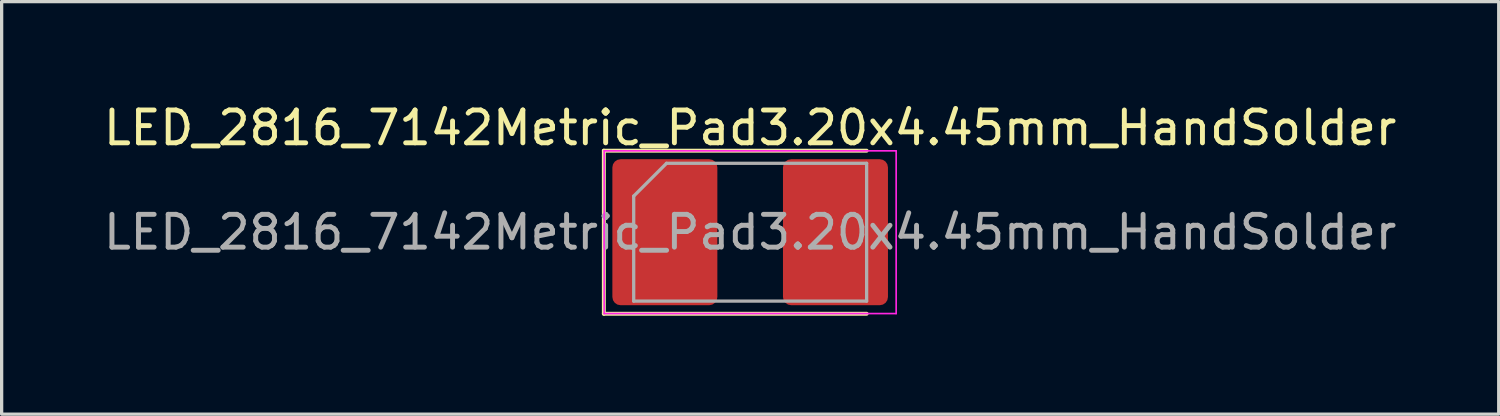
<source format=kicad_pcb>
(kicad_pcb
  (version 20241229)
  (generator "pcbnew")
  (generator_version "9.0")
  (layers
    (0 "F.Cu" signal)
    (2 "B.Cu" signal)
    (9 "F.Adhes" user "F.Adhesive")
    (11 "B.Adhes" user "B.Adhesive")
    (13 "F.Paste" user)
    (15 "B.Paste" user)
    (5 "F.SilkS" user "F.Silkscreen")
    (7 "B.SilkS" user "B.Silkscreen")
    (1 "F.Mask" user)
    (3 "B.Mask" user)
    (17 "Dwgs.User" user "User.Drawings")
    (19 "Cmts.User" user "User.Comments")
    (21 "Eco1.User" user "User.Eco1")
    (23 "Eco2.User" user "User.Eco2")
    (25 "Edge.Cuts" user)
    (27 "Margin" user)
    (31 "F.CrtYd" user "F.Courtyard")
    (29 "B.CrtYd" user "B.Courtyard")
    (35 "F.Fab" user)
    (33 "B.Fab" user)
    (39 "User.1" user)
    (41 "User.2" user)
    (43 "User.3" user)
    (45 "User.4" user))
  (footprint "LED_2816_7142Metric_Pad3.20x4.45mm_HandSolder"
    (layer "F.Cu")
    (at 19.815 4.028)
    (property "Reference" "LED_2816_7142Metric_Pad3.20x4.45mm_HandSolder" (at 0 -3.18 0) (layer "F.SilkS") (effects (font (size 1 1) (thickness 0.15))))
    (attr smd)
    (fp_line (start -4.46 -2.485) (end -4.46 2.485) (stroke (width 0.12) (type solid)) (layer "F.SilkS"))
    (fp_line (start -4.46 2.485) (end 3.55 2.485) (stroke (width 0.12) (type solid)) (layer "F.SilkS"))
    (fp_line (start 3.55 -2.485) (end -4.46 -2.485) (stroke (width 0.12) (type solid)) (layer "F.SilkS"))
    (fp_line (start -4.45 -2.48) (end 4.45 -2.48) (stroke (width 0.05) (type solid)) (layer "F.CrtYd"))
    (fp_line (start -4.45 2.48) (end -4.45 -2.48) (stroke (width 0.05) (type solid)) (layer "F.CrtYd"))
    (fp_line (start 4.45 -2.48) (end 4.45 2.48) (stroke (width 0.05) (type solid)) (layer "F.CrtYd"))
    (fp_line (start 4.45 2.48) (end -4.45 2.48) (stroke (width 0.05) (type solid)) (layer "F.CrtYd"))
    (fp_line (start -3.55 -1.1) (end -3.55 2.1) (stroke (width 0.1) (type solid)) (layer "F.Fab"))
    (fp_line (start -3.55 2.1) (end 3.55 2.1) (stroke (width 0.1) (type solid)) (layer "F.Fab"))
    (fp_line (start -2.55 -2.1) (end -3.55 -1.1) (stroke (width 0.1) (type solid)) (layer "F.Fab"))
    (fp_line (start 3.55 -2.1) (end -2.55 -2.1) (stroke (width 0.1) (type solid)) (layer "F.Fab"))
    (fp_line (start 3.55 2.1) (end 3.55 -2.1) (stroke (width 0.1) (type solid)) (layer "F.Fab"))
    (fp_text user "${REFERENCE}" (at 0 0 0) (layer "F.Fab") (effects (font (size 1 1) (thickness 0.15))))
    (pad "1" smd roundrect (at -2.6 0) (size 3.2 4.45) (layers "F.Cu" "F.Mask" "F.Paste") (roundrect_rratio 0.078))
    (pad "2" smd roundrect (at 2.6 0) (size 3.2 4.45) (layers "F.Cu" "F.Mask" "F.Paste") (roundrect_rratio 0.078)))
  (gr_rect
    (start -3 -3)
    (end 42.631 9.573)
    (stroke (width 0.1) (type default))
    (fill no)
    (layer "Edge.Cuts")))
</source>
